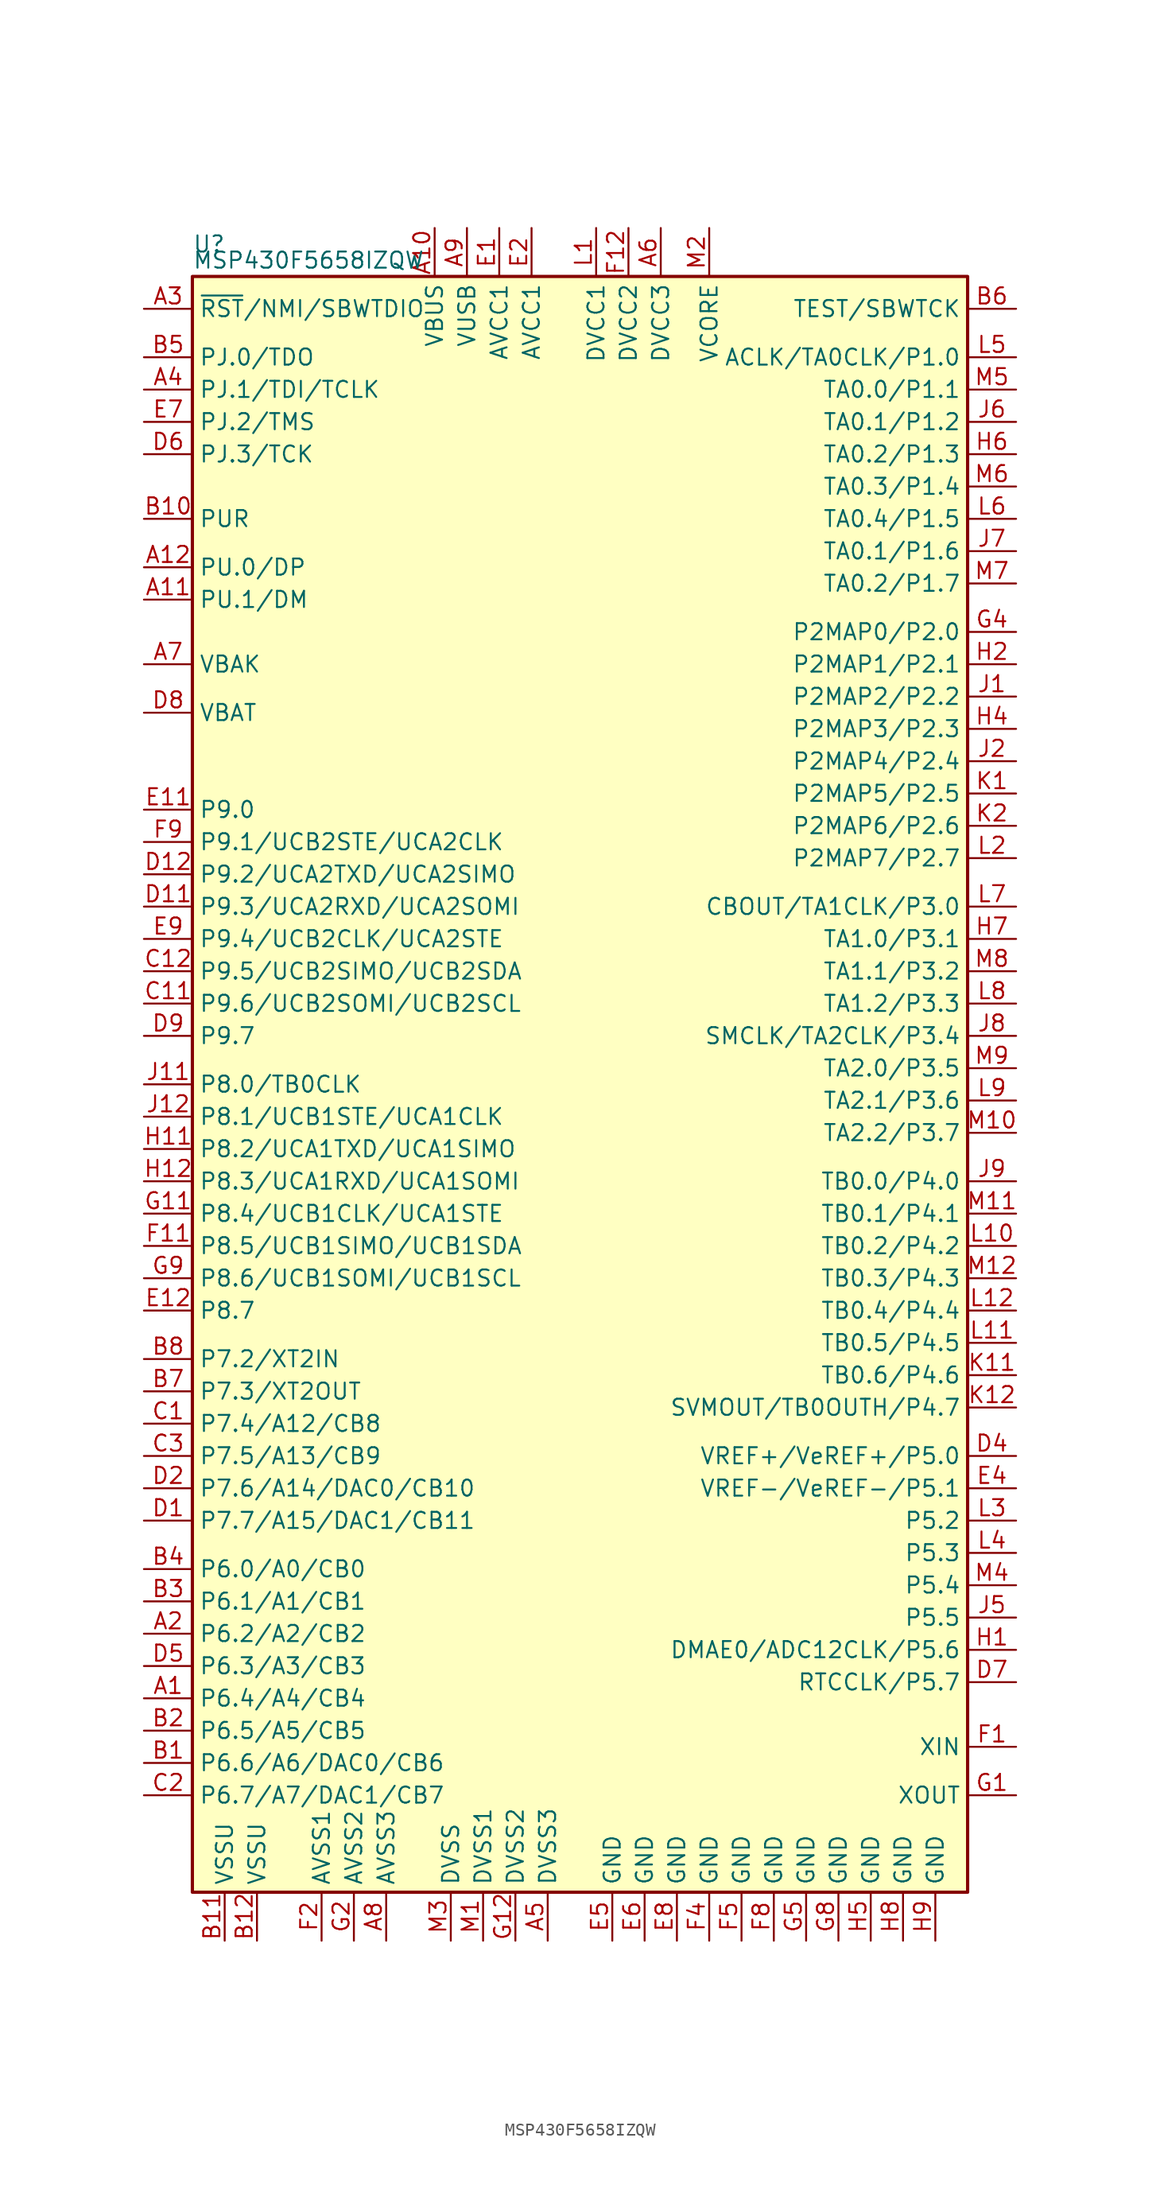
<source format=kicad_sym>
(kicad_symbol_lib
  (version 20201005)
  (generator kicad_symbol_editor)
  (symbol "MCU_Texas_MSP430:MSP430F5658IZQW"
    (property "Reference" "U"
      (at -30.48 66.04 0)
      (effects (font (size 1.27 1.27)) (justify left)))
    (property "Value" "MSP430F5658IZQW"
      (at -30.48 64.77 0)
      (effects (font (size 1.27 1.27)) (justify left)))
    (symbol "MSP430F5658IZQW_0_1"
      (rectangle (start -30.48 63.5) (end 30.48 -63.5) (stroke (width 0.254)) (fill (type background))))
    (symbol "MSP430F5658IZQW_1_1"
      (pin bidirectional line (at -34.29 -48.26 0) (length 3.81) (name "P6.4/A4/CB4" (effects (font (size 1.27 1.27)))) (number "A1" (effects (font (size 1.27 1.27)))))
      (pin passive line (at -11.43 67.31 270) (length 3.81) (name "VBUS" (effects (font (size 1.27 1.27)))) (number "A10" (effects (font (size 1.27 1.27)))))
      (pin bidirectional line (at -34.29 38.1 0) (length 3.81) (name "PU.1/DM" (effects (font (size 1.27 1.27)))) (number "A11" (effects (font (size 1.27 1.27)))))
      (pin bidirectional line (at -34.29 40.64 0) (length 3.81) (name "PU.0/DP" (effects (font (size 1.27 1.27)))) (number "A12" (effects (font (size 1.27 1.27)))))
      (pin bidirectional line (at -34.29 -43.18 0) (length 3.81) (name "P6.2/A2/CB2" (effects (font (size 1.27 1.27)))) (number "A2" (effects (font (size 1.27 1.27)))))
      (pin input line (at -34.29 60.96 0) (length 3.81) (name "~RST~/NMI/SBWTDIO" (effects (font (size 1.27 1.27)))) (number "A3" (effects (font (size 1.27 1.27)))))
      (pin bidirectional line (at -34.29 54.61 0) (length 3.81) (name "PJ.1/TDI/TCLK" (effects (font (size 1.27 1.27)))) (number "A4" (effects (font (size 1.27 1.27)))))
      (pin power_in line (at -2.54 -67.31 90) (length 3.81) (name "DVSS3" (effects (font (size 1.27 1.27)))) (number "A5" (effects (font (size 1.27 1.27)))))
      (pin power_in line (at 6.35 67.31 270) (length 3.81) (name "DVCC3" (effects (font (size 1.27 1.27)))) (number "A6" (effects (font (size 1.27 1.27)))))
      (pin passive line (at -34.29 33.02 0) (length 3.81) (name "VBAK" (effects (font (size 1.27 1.27)))) (number "A7" (effects (font (size 1.27 1.27)))))
      (pin power_in line (at -15.24 -67.31 90) (length 3.81) (name "AVSS3" (effects (font (size 1.27 1.27)))) (number "A8" (effects (font (size 1.27 1.27)))))
      (pin passive line (at -8.89 67.31 270) (length 3.81) (name "VUSB" (effects (font (size 1.27 1.27)))) (number "A9" (effects (font (size 1.27 1.27)))))
      (pin bidirectional line (at -34.29 -53.34 0) (length 3.81) (name "P6.6/A6/DAC0/CB6" (effects (font (size 1.27 1.27)))) (number "B1" (effects (font (size 1.27 1.27)))))
      (pin bidirectional line (at -34.29 44.45 0) (length 3.81) (name "PUR" (effects (font (size 1.27 1.27)))) (number "B10" (effects (font (size 1.27 1.27)))))
      (pin power_in line (at -27.94 -67.31 90) (length 3.81) (name "VSSU" (effects (font (size 1.27 1.27)))) (number "B11" (effects (font (size 1.27 1.27)))))
      (pin power_in line (at -25.4 -67.31 90) (length 3.81) (name "VSSU" (effects (font (size 1.27 1.27)))) (number "B12" (effects (font (size 1.27 1.27)))))
      (pin bidirectional line (at -34.29 -50.8 0) (length 3.81) (name "P6.5/A5/CB5" (effects (font (size 1.27 1.27)))) (number "B2" (effects (font (size 1.27 1.27)))))
      (pin bidirectional line (at -34.29 -40.64 0) (length 3.81) (name "P6.1/A1/CB1" (effects (font (size 1.27 1.27)))) (number "B3" (effects (font (size 1.27 1.27)))))
      (pin bidirectional line (at -34.29 -38.1 0) (length 3.81) (name "P6.0/A0/CB0" (effects (font (size 1.27 1.27)))) (number "B4" (effects (font (size 1.27 1.27)))))
      (pin bidirectional line (at -34.29 57.15 0) (length 3.81) (name "PJ.0/TDO" (effects (font (size 1.27 1.27)))) (number "B5" (effects (font (size 1.27 1.27)))))
      (pin input line (at 34.29 60.96 180) (length 3.81) (name "TEST/SBWTCK" (effects (font (size 1.27 1.27)))) (number "B6" (effects (font (size 1.27 1.27)))))
      (pin bidirectional line (at -34.29 -24.13 0) (length 3.81) (name "P7.3/XT2OUT" (effects (font (size 1.27 1.27)))) (number "B7" (effects (font (size 1.27 1.27)))))
      (pin bidirectional line (at -34.29 -21.59 0) (length 3.81) (name "P7.2/XT2IN" (effects (font (size 1.27 1.27)))) (number "B8" (effects (font (size 1.27 1.27)))))
      (pin bidirectional line (at -34.29 -26.67 0) (length 3.81) (name "P7.4/A12/CB8" (effects (font (size 1.27 1.27)))) (number "C1" (effects (font (size 1.27 1.27)))))
      (pin bidirectional line (at -34.29 6.35 0) (length 3.81) (name "P9.6/UCB2SOMI/UCB2SCL" (effects (font (size 1.27 1.27)))) (number "C11" (effects (font (size 1.27 1.27)))))
      (pin bidirectional line (at -34.29 8.89 0) (length 3.81) (name "P9.5/UCB2SIMO/UCB2SDA" (effects (font (size 1.27 1.27)))) (number "C12" (effects (font (size 1.27 1.27)))))
      (pin bidirectional line (at -34.29 -55.88 0) (length 3.81) (name "P6.7/A7/DAC1/CB7" (effects (font (size 1.27 1.27)))) (number "C2" (effects (font (size 1.27 1.27)))))
      (pin bidirectional line (at -34.29 -29.21 0) (length 3.81) (name "P7.5/A13/CB9" (effects (font (size 1.27 1.27)))) (number "C3" (effects (font (size 1.27 1.27)))))
      (pin bidirectional line (at -34.29 -34.29 0) (length 3.81) (name "P7.7/A15/DAC1/CB11" (effects (font (size 1.27 1.27)))) (number "D1" (effects (font (size 1.27 1.27)))))
      (pin bidirectional line (at -34.29 13.97 0) (length 3.81) (name "P9.3/UCA2RXD/UCA2SOMI" (effects (font (size 1.27 1.27)))) (number "D11" (effects (font (size 1.27 1.27)))))
      (pin bidirectional line (at -34.29 16.51 0) (length 3.81) (name "P9.2/UCA2TXD/UCA2SIMO" (effects (font (size 1.27 1.27)))) (number "D12" (effects (font (size 1.27 1.27)))))
      (pin bidirectional line (at -34.29 -31.75 0) (length 3.81) (name "P7.6/A14/DAC0/CB10" (effects (font (size 1.27 1.27)))) (number "D2" (effects (font (size 1.27 1.27)))))
      (pin bidirectional line (at 34.29 -29.21 180) (length 3.81) (name "VREF+/VeREF+/P5.0" (effects (font (size 1.27 1.27)))) (number "D4" (effects (font (size 1.27 1.27)))))
      (pin bidirectional line (at -34.29 -45.72 0) (length 3.81) (name "P6.3/A3/CB3" (effects (font (size 1.27 1.27)))) (number "D5" (effects (font (size 1.27 1.27)))))
      (pin bidirectional line (at -34.29 49.53 0) (length 3.81) (name "PJ.3/TCK" (effects (font (size 1.27 1.27)))) (number "D6" (effects (font (size 1.27 1.27)))))
      (pin bidirectional line (at 34.29 -46.99 180) (length 3.81) (name "RTCCLK/P5.7" (effects (font (size 1.27 1.27)))) (number "D7" (effects (font (size 1.27 1.27)))))
      (pin passive line (at -34.29 29.21 0) (length 3.81) (name "VBAT" (effects (font (size 1.27 1.27)))) (number "D8" (effects (font (size 1.27 1.27)))))
      (pin bidirectional line (at -34.29 3.81 0) (length 3.81) (name "P9.7" (effects (font (size 1.27 1.27)))) (number "D9" (effects (font (size 1.27 1.27)))))
      (pin power_in line (at -6.35 67.31 270) (length 3.81) (name "AVCC1" (effects (font (size 1.27 1.27)))) (number "E1" (effects (font (size 1.27 1.27)))))
      (pin bidirectional line (at -34.29 21.59 0) (length 3.81) (name "P9.0" (effects (font (size 1.27 1.27)))) (number "E11" (effects (font (size 1.27 1.27)))))
      (pin bidirectional line (at -34.29 -17.78 0) (length 3.81) (name "P8.7" (effects (font (size 1.27 1.27)))) (number "E12" (effects (font (size 1.27 1.27)))))
      (pin power_in line (at -3.81 67.31 270) (length 3.81) (name "AVCC1" (effects (font (size 1.27 1.27)))) (number "E2" (effects (font (size 1.27 1.27)))))
      (pin bidirectional line (at 34.29 -31.75 180) (length 3.81) (name "VREF-/VeREF-/P5.1" (effects (font (size 1.27 1.27)))) (number "E4" (effects (font (size 1.27 1.27)))))
      (pin power_in line (at 2.54 -67.31 90) (length 3.81) (name "GND" (effects (font (size 1.27 1.27)))) (number "E5" (effects (font (size 1.27 1.27)))))
      (pin power_in line (at 5.08 -67.31 90) (length 3.81) (name "GND" (effects (font (size 1.27 1.27)))) (number "E6" (effects (font (size 1.27 1.27)))))
      (pin bidirectional line (at -34.29 52.07 0) (length 3.81) (name "PJ.2/TMS" (effects (font (size 1.27 1.27)))) (number "E7" (effects (font (size 1.27 1.27)))))
      (pin power_in line (at 7.62 -67.31 90) (length 3.81) (name "GND" (effects (font (size 1.27 1.27)))) (number "E8" (effects (font (size 1.27 1.27)))))
      (pin bidirectional line (at -34.29 11.43 0) (length 3.81) (name "P9.4/UCB2CLK/UCA2STE" (effects (font (size 1.27 1.27)))) (number "E9" (effects (font (size 1.27 1.27)))))
      (pin input line (at 34.29 -52.07 180) (length 3.81) (name "XIN" (effects (font (size 1.27 1.27)))) (number "F1" (effects (font (size 1.27 1.27)))))
      (pin bidirectional line (at -34.29 -12.7 0) (length 3.81) (name "P8.5/UCB1SIMO/UCB1SDA" (effects (font (size 1.27 1.27)))) (number "F11" (effects (font (size 1.27 1.27)))))
      (pin power_in line (at 3.81 67.31 270) (length 3.81) (name "DVCC2" (effects (font (size 1.27 1.27)))) (number "F12" (effects (font (size 1.27 1.27)))))
      (pin power_in line (at -20.32 -67.31 90) (length 3.81) (name "AVSS1" (effects (font (size 1.27 1.27)))) (number "F2" (effects (font (size 1.27 1.27)))))
      (pin power_in line (at 10.16 -67.31 90) (length 3.81) (name "GND" (effects (font (size 1.27 1.27)))) (number "F4" (effects (font (size 1.27 1.27)))))
      (pin power_in line (at 12.7 -67.31 90) (length 3.81) (name "GND" (effects (font (size 1.27 1.27)))) (number "F5" (effects (font (size 1.27 1.27)))))
      (pin power_in line (at 15.24 -67.31 90) (length 3.81) (name "GND" (effects (font (size 1.27 1.27)))) (number "F8" (effects (font (size 1.27 1.27)))))
      (pin bidirectional line (at -34.29 19.05 0) (length 3.81) (name "P9.1/UCB2STE/UCA2CLK" (effects (font (size 1.27 1.27)))) (number "F9" (effects (font (size 1.27 1.27)))))
      (pin output line (at 34.29 -55.88 180) (length 3.81) (name "XOUT" (effects (font (size 1.27 1.27)))) (number "G1" (effects (font (size 1.27 1.27)))))
      (pin bidirectional line (at -34.29 -10.16 0) (length 3.81) (name "P8.4/UCB1CLK/UCA1STE" (effects (font (size 1.27 1.27)))) (number "G11" (effects (font (size 1.27 1.27)))))
      (pin power_in line (at -5.08 -67.31 90) (length 3.81) (name "DVSS2" (effects (font (size 1.27 1.27)))) (number "G12" (effects (font (size 1.27 1.27)))))
      (pin power_in line (at -17.78 -67.31 90) (length 3.81) (name "AVSS2" (effects (font (size 1.27 1.27)))) (number "G2" (effects (font (size 1.27 1.27)))))
      (pin bidirectional line (at 34.29 35.56 180) (length 3.81) (name "P2MAP0/P2.0" (effects (font (size 1.27 1.27)))) (number "G4" (effects (font (size 1.27 1.27)))))
      (pin power_in line (at 17.78 -67.31 90) (length 3.81) (name "GND" (effects (font (size 1.27 1.27)))) (number "G5" (effects (font (size 1.27 1.27)))))
      (pin power_in line (at 20.32 -67.31 90) (length 3.81) (name "GND" (effects (font (size 1.27 1.27)))) (number "G8" (effects (font (size 1.27 1.27)))))
      (pin bidirectional line (at -34.29 -15.24 0) (length 3.81) (name "P8.6/UCB1SOMI/UCB1SCL" (effects (font (size 1.27 1.27)))) (number "G9" (effects (font (size 1.27 1.27)))))
      (pin bidirectional line (at 34.29 -44.45 180) (length 3.81) (name "DMAE0/ADC12CLK/P5.6" (effects (font (size 1.27 1.27)))) (number "H1" (effects (font (size 1.27 1.27)))))
      (pin bidirectional line (at -34.29 -5.08 0) (length 3.81) (name "P8.2/UCA1TXD/UCA1SIMO" (effects (font (size 1.27 1.27)))) (number "H11" (effects (font (size 1.27 1.27)))))
      (pin bidirectional line (at -34.29 -7.62 0) (length 3.81) (name "P8.3/UCA1RXD/UCA1SOMI" (effects (font (size 1.27 1.27)))) (number "H12" (effects (font (size 1.27 1.27)))))
      (pin bidirectional line (at 34.29 33.02 180) (length 3.81) (name "P2MAP1/P2.1" (effects (font (size 1.27 1.27)))) (number "H2" (effects (font (size 1.27 1.27)))))
      (pin bidirectional line (at 34.29 27.94 180) (length 3.81) (name "P2MAP3/P2.3" (effects (font (size 1.27 1.27)))) (number "H4" (effects (font (size 1.27 1.27)))))
      (pin power_in line (at 22.86 -67.31 90) (length 3.81) (name "GND" (effects (font (size 1.27 1.27)))) (number "H5" (effects (font (size 1.27 1.27)))))
      (pin bidirectional line (at 34.29 49.53 180) (length 3.81) (name "TA0.2/P1.3" (effects (font (size 1.27 1.27)))) (number "H6" (effects (font (size 1.27 1.27)))))
      (pin bidirectional line (at 34.29 11.43 180) (length 3.81) (name "TA1.0/P3.1" (effects (font (size 1.27 1.27)))) (number "H7" (effects (font (size 1.27 1.27)))))
      (pin power_in line (at 25.4 -67.31 90) (length 3.81) (name "GND" (effects (font (size 1.27 1.27)))) (number "H8" (effects (font (size 1.27 1.27)))))
      (pin power_in line (at 27.94 -67.31 90) (length 3.81) (name "GND" (effects (font (size 1.27 1.27)))) (number "H9" (effects (font (size 1.27 1.27)))))
      (pin bidirectional line (at 34.29 30.48 180) (length 3.81) (name "P2MAP2/P2.2" (effects (font (size 1.27 1.27)))) (number "J1" (effects (font (size 1.27 1.27)))))
      (pin bidirectional line (at -34.29 0 0) (length 3.81) (name "P8.0/TB0CLK" (effects (font (size 1.27 1.27)))) (number "J11" (effects (font (size 1.27 1.27)))))
      (pin bidirectional line (at -34.29 -2.54 0) (length 3.81) (name "P8.1/UCB1STE/UCA1CLK" (effects (font (size 1.27 1.27)))) (number "J12" (effects (font (size 1.27 1.27)))))
      (pin bidirectional line (at 34.29 25.4 180) (length 3.81) (name "P2MAP4/P2.4" (effects (font (size 1.27 1.27)))) (number "J2" (effects (font (size 1.27 1.27)))))
      (pin bidirectional line (at 34.29 -41.91 180) (length 3.81) (name "P5.5" (effects (font (size 1.27 1.27)))) (number "J5" (effects (font (size 1.27 1.27)))))
      (pin bidirectional line (at 34.29 52.07 180) (length 3.81) (name "TA0.1/P1.2" (effects (font (size 1.27 1.27)))) (number "J6" (effects (font (size 1.27 1.27)))))
      (pin bidirectional line (at 34.29 41.91 180) (length 3.81) (name "TA0.1/P1.6" (effects (font (size 1.27 1.27)))) (number "J7" (effects (font (size 1.27 1.27)))))
      (pin bidirectional line (at 34.29 3.81 180) (length 3.81) (name "SMCLK/TA2CLK/P3.4" (effects (font (size 1.27 1.27)))) (number "J8" (effects (font (size 1.27 1.27)))))
      (pin bidirectional line (at 34.29 -7.62 180) (length 3.81) (name "TB0.0/P4.0" (effects (font (size 1.27 1.27)))) (number "J9" (effects (font (size 1.27 1.27)))))
      (pin bidirectional line (at 34.29 22.86 180) (length 3.81) (name "P2MAP5/P2.5" (effects (font (size 1.27 1.27)))) (number "K1" (effects (font (size 1.27 1.27)))))
      (pin bidirectional line (at 34.29 -22.86 180) (length 3.81) (name "TB0.6/P4.6" (effects (font (size 1.27 1.27)))) (number "K11" (effects (font (size 1.27 1.27)))))
      (pin bidirectional line (at 34.29 -25.4 180) (length 3.81) (name "SVMOUT/TB0OUTH/P4.7" (effects (font (size 1.27 1.27)))) (number "K12" (effects (font (size 1.27 1.27)))))
      (pin bidirectional line (at 34.29 20.32 180) (length 3.81) (name "P2MAP6/P2.6" (effects (font (size 1.27 1.27)))) (number "K2" (effects (font (size 1.27 1.27)))))
      (pin power_in line (at 1.27 67.31 270) (length 3.81) (name "DVCC1" (effects (font (size 1.27 1.27)))) (number "L1" (effects (font (size 1.27 1.27)))))
      (pin bidirectional line (at 34.29 -12.7 180) (length 3.81) (name "TB0.2/P4.2" (effects (font (size 1.27 1.27)))) (number "L10" (effects (font (size 1.27 1.27)))))
      (pin bidirectional line (at 34.29 -20.32 180) (length 3.81) (name "TB0.5/P4.5" (effects (font (size 1.27 1.27)))) (number "L11" (effects (font (size 1.27 1.27)))))
      (pin bidirectional line (at 34.29 -17.78 180) (length 3.81) (name "TB0.4/P4.4" (effects (font (size 1.27 1.27)))) (number "L12" (effects (font (size 1.27 1.27)))))
      (pin bidirectional line (at 34.29 17.78 180) (length 3.81) (name "P2MAP7/P2.7" (effects (font (size 1.27 1.27)))) (number "L2" (effects (font (size 1.27 1.27)))))
      (pin bidirectional line (at 34.29 -34.29 180) (length 3.81) (name "P5.2" (effects (font (size 1.27 1.27)))) (number "L3" (effects (font (size 1.27 1.27)))))
      (pin bidirectional line (at 34.29 -36.83 180) (length 3.81) (name "P5.3" (effects (font (size 1.27 1.27)))) (number "L4" (effects (font (size 1.27 1.27)))))
      (pin bidirectional line (at 34.29 57.15 180) (length 3.81) (name "ACLK/TA0CLK/P1.0" (effects (font (size 1.27 1.27)))) (number "L5" (effects (font (size 1.27 1.27)))))
      (pin bidirectional line (at 34.29 44.45 180) (length 3.81) (name "TA0.4/P1.5" (effects (font (size 1.27 1.27)))) (number "L6" (effects (font (size 1.27 1.27)))))
      (pin bidirectional line (at 34.29 13.97 180) (length 3.81) (name "CBOUT/TA1CLK/P3.0" (effects (font (size 1.27 1.27)))) (number "L7" (effects (font (size 1.27 1.27)))))
      (pin bidirectional line (at 34.29 6.35 180) (length 3.81) (name "TA1.2/P3.3" (effects (font (size 1.27 1.27)))) (number "L8" (effects (font (size 1.27 1.27)))))
      (pin bidirectional line (at 34.29 -1.27 180) (length 3.81) (name "TA2.1/P3.6" (effects (font (size 1.27 1.27)))) (number "L9" (effects (font (size 1.27 1.27)))))
      (pin power_in line (at -7.62 -67.31 90) (length 3.81) (name "DVSS1" (effects (font (size 1.27 1.27)))) (number "M1" (effects (font (size 1.27 1.27)))))
      (pin bidirectional line (at 34.29 -3.81 180) (length 3.81) (name "TA2.2/P3.7" (effects (font (size 1.27 1.27)))) (number "M10" (effects (font (size 1.27 1.27)))))
      (pin bidirectional line (at 34.29 -10.16 180) (length 3.81) (name "TB0.1/P4.1" (effects (font (size 1.27 1.27)))) (number "M11" (effects (font (size 1.27 1.27)))))
      (pin bidirectional line (at 34.29 -15.24 180) (length 3.81) (name "TB0.3/P4.3" (effects (font (size 1.27 1.27)))) (number "M12" (effects (font (size 1.27 1.27)))))
      (pin power_in line (at 10.16 67.31 270) (length 3.81) (name "VCORE" (effects (font (size 1.27 1.27)))) (number "M2" (effects (font (size 1.27 1.27)))))
      (pin power_in line (at -10.16 -67.31 90) (length 3.81) (name "DVSS" (effects (font (size 1.27 1.27)))) (number "M3" (effects (font (size 1.27 1.27)))))
      (pin bidirectional line (at 34.29 -39.37 180) (length 3.81) (name "P5.4" (effects (font (size 1.27 1.27)))) (number "M4" (effects (font (size 1.27 1.27)))))
      (pin bidirectional line (at 34.29 54.61 180) (length 3.81) (name "TA0.0/P1.1" (effects (font (size 1.27 1.27)))) (number "M5" (effects (font (size 1.27 1.27)))))
      (pin bidirectional line (at 34.29 46.99 180) (length 3.81) (name "TA0.3/P1.4" (effects (font (size 1.27 1.27)))) (number "M6" (effects (font (size 1.27 1.27)))))
      (pin bidirectional line (at 34.29 39.37 180) (length 3.81) (name "TA0.2/P1.7" (effects (font (size 1.27 1.27)))) (number "M7" (effects (font (size 1.27 1.27)))))
      (pin bidirectional line (at 34.29 8.89 180) (length 3.81) (name "TA1.1/P3.2" (effects (font (size 1.27 1.27)))) (number "M8" (effects (font (size 1.27 1.27)))))
      (pin bidirectional line (at 34.29 1.27 180) (length 3.81) (name "TA2.0/P3.5" (effects (font (size 1.27 1.27)))) (number "M9" (effects (font (size 1.27 1.27))))))))
</source>
